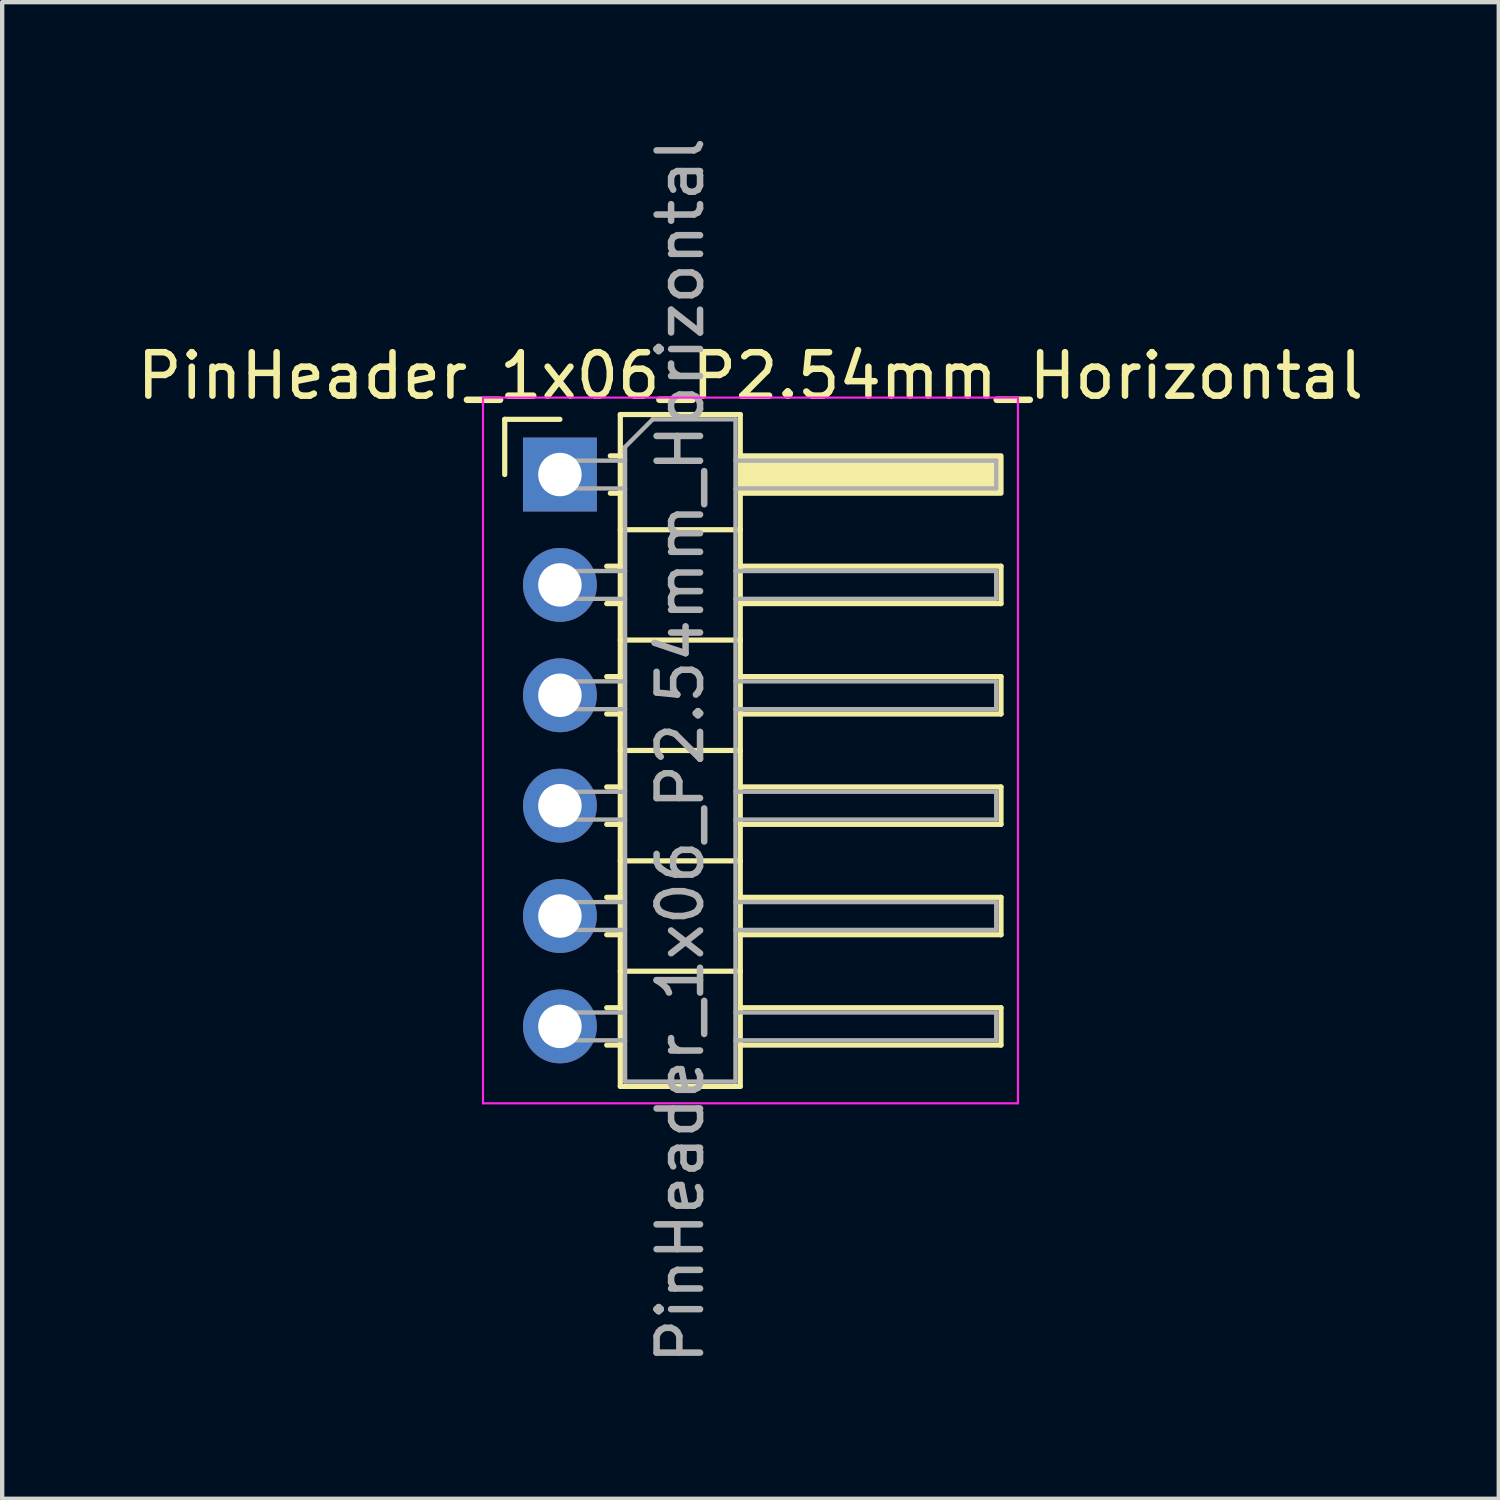
<source format=kicad_pcb>
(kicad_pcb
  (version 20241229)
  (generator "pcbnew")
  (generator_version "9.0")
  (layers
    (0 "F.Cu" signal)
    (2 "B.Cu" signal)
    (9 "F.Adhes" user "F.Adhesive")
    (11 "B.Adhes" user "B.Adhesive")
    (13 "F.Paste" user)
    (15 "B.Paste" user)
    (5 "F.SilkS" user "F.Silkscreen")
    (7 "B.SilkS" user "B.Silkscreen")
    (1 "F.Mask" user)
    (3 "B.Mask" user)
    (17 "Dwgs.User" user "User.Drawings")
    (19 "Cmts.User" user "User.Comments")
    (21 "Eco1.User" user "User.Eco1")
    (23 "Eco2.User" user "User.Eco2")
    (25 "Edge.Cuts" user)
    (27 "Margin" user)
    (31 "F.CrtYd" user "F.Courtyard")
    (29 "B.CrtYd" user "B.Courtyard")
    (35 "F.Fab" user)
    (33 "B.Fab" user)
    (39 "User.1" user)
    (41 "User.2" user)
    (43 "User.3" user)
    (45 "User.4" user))
  (footprint "PinHeader_1x06_P2.54mm_Horizontal"
    (layer "F.Cu")
    (at 9.835 7.87)
    (property "Reference" "PinHeader_1x06_P2.54mm_Horizontal" (at 4.385 -2.27 0) (layer "F.SilkS") (effects (font (size 1 1) (thickness 0.15))))
    (attr through_hole)
    (fp_line (start -1.27 -1.27) (end 0 -1.27) (stroke (width 0.12) (type solid)) (layer "F.SilkS"))
    (fp_line (start -1.27 0) (end -1.27 -1.27) (stroke (width 0.12) (type solid)) (layer "F.SilkS"))
    (fp_line (start 1.077 2.11) (end 1.39 2.11) (stroke (width 0.12) (type solid)) (layer "F.SilkS"))
    (fp_line (start 1.077 2.97) (end 1.39 2.97) (stroke (width 0.12) (type solid)) (layer "F.SilkS"))
    (fp_line (start 1.077 4.65) (end 1.39 4.65) (stroke (width 0.12) (type solid)) (layer "F.SilkS"))
    (fp_line (start 1.077 5.51) (end 1.39 5.51) (stroke (width 0.12) (type solid)) (layer "F.SilkS"))
    (fp_line (start 1.077 7.19) (end 1.39 7.19) (stroke (width 0.12) (type solid)) (layer "F.SilkS"))
    (fp_line (start 1.077 8.05) (end 1.39 8.05) (stroke (width 0.12) (type solid)) (layer "F.SilkS"))
    (fp_line (start 1.077 9.73) (end 1.39 9.73) (stroke (width 0.12) (type solid)) (layer "F.SilkS"))
    (fp_line (start 1.077 10.59) (end 1.39 10.59) (stroke (width 0.12) (type solid)) (layer "F.SilkS"))
    (fp_line (start 1.077 12.27) (end 1.39 12.27) (stroke (width 0.12) (type solid)) (layer "F.SilkS"))
    (fp_line (start 1.077 13.13) (end 1.39 13.13) (stroke (width 0.12) (type solid)) (layer "F.SilkS"))
    (fp_line (start 1.16 -0.43) (end 1.39 -0.43) (stroke (width 0.12) (type solid)) (layer "F.SilkS"))
    (fp_line (start 1.16 0.43) (end 1.39 0.43) (stroke (width 0.12) (type solid)) (layer "F.SilkS"))
    (fp_line (start 1.39 -1.38) (end 1.39 14.08) (stroke (width 0.12) (type solid)) (layer "F.SilkS"))
    (fp_line (start 1.39 1.27) (end 4.15 1.27) (stroke (width 0.12) (type solid)) (layer "F.SilkS"))
    (fp_line (start 1.39 3.81) (end 4.15 3.81) (stroke (width 0.12) (type solid)) (layer "F.SilkS"))
    (fp_line (start 1.39 6.35) (end 4.15 6.35) (stroke (width 0.12) (type solid)) (layer "F.SilkS"))
    (fp_line (start 1.39 8.89) (end 4.15 8.89) (stroke (width 0.12) (type solid)) (layer "F.SilkS"))
    (fp_line (start 1.39 11.43) (end 4.15 11.43) (stroke (width 0.12) (type solid)) (layer "F.SilkS"))
    (fp_line (start 1.39 14.08) (end 4.15 14.08) (stroke (width 0.12) (type solid)) (layer "F.SilkS"))
    (fp_line (start 4.15 -1.38) (end 1.39 -1.38) (stroke (width 0.12) (type solid)) (layer "F.SilkS"))
    (fp_line (start 4.15 2.11) (end 10.15 2.11) (stroke (width 0.12) (type solid)) (layer "F.SilkS"))
    (fp_line (start 4.15 4.65) (end 10.15 4.65) (stroke (width 0.12) (type solid)) (layer "F.SilkS"))
    (fp_line (start 4.15 7.19) (end 10.15 7.19) (stroke (width 0.12) (type solid)) (layer "F.SilkS"))
    (fp_line (start 4.15 9.73) (end 10.15 9.73) (stroke (width 0.12) (type solid)) (layer "F.SilkS"))
    (fp_line (start 4.15 12.27) (end 10.15 12.27) (stroke (width 0.12) (type solid)) (layer "F.SilkS"))
    (fp_line (start 4.15 14.08) (end 4.15 -1.38) (stroke (width 0.12) (type solid)) (layer "F.SilkS"))
    (fp_line (start 10.15 2.11) (end 10.15 2.97) (stroke (width 0.12) (type solid)) (layer "F.SilkS"))
    (fp_line (start 10.15 2.97) (end 4.15 2.97) (stroke (width 0.12) (type solid)) (layer "F.SilkS"))
    (fp_line (start 10.15 4.65) (end 10.15 5.51) (stroke (width 0.12) (type solid)) (layer "F.SilkS"))
    (fp_line (start 10.15 5.51) (end 4.15 5.51) (stroke (width 0.12) (type solid)) (layer "F.SilkS"))
    (fp_line (start 10.15 7.19) (end 10.15 8.05) (stroke (width 0.12) (type solid)) (layer "F.SilkS"))
    (fp_line (start 10.15 8.05) (end 4.15 8.05) (stroke (width 0.12) (type solid)) (layer "F.SilkS"))
    (fp_line (start 10.15 9.73) (end 10.15 10.59) (stroke (width 0.12) (type solid)) (layer "F.SilkS"))
    (fp_line (start 10.15 10.59) (end 4.15 10.59) (stroke (width 0.12) (type solid)) (layer "F.SilkS"))
    (fp_line (start 10.15 12.27) (end 10.15 13.13) (stroke (width 0.12) (type solid)) (layer "F.SilkS"))
    (fp_line (start 10.15 13.13) (end 4.15 13.13) (stroke (width 0.12) (type solid)) (layer "F.SilkS"))
    (fp_rect (start 4.15 -0.43) (end 10.15 0.43) (stroke (width 0.12) (type solid)) (fill yes) (layer "F.SilkS"))
    (fp_line (start -1.77 -1.77) (end -1.77 14.47) (stroke (width 0.05) (type solid)) (layer "F.CrtYd"))
    (fp_line (start -1.77 14.47) (end 10.54 14.47) (stroke (width 0.05) (type solid)) (layer "F.CrtYd"))
    (fp_line (start 10.54 -1.77) (end -1.77 -1.77) (stroke (width 0.05) (type solid)) (layer "F.CrtYd"))
    (fp_line (start 10.54 14.47) (end 10.54 -1.77) (stroke (width 0.05) (type solid)) (layer "F.CrtYd"))
    (fp_line (start -0.32 -0.32) (end -0.32 0.32) (stroke (width 0.1) (type solid)) (layer "F.Fab"))
    (fp_line (start -0.32 -0.32) (end 1.5 -0.32) (stroke (width 0.1) (type solid)) (layer "F.Fab"))
    (fp_line (start -0.32 0.32) (end 1.5 0.32) (stroke (width 0.1) (type solid)) (layer "F.Fab"))
    (fp_line (start -0.32 2.22) (end -0.32 2.86) (stroke (width 0.1) (type solid)) (layer "F.Fab"))
    (fp_line (start -0.32 2.22) (end 1.5 2.22) (stroke (width 0.1) (type solid)) (layer "F.Fab"))
    (fp_line (start -0.32 2.86) (end 1.5 2.86) (stroke (width 0.1) (type solid)) (layer "F.Fab"))
    (fp_line (start -0.32 4.76) (end -0.32 5.4) (stroke (width 0.1) (type solid)) (layer "F.Fab"))
    (fp_line (start -0.32 4.76) (end 1.5 4.76) (stroke (width 0.1) (type solid)) (layer "F.Fab"))
    (fp_line (start -0.32 5.4) (end 1.5 5.4) (stroke (width 0.1) (type solid)) (layer "F.Fab"))
    (fp_line (start -0.32 7.3) (end -0.32 7.94) (stroke (width 0.1) (type solid)) (layer "F.Fab"))
    (fp_line (start -0.32 7.3) (end 1.5 7.3) (stroke (width 0.1) (type solid)) (layer "F.Fab"))
    (fp_line (start -0.32 7.94) (end 1.5 7.94) (stroke (width 0.1) (type solid)) (layer "F.Fab"))
    (fp_line (start -0.32 9.84) (end -0.32 10.48) (stroke (width 0.1) (type solid)) (layer "F.Fab"))
    (fp_line (start -0.32 9.84) (end 1.5 9.84) (stroke (width 0.1) (type solid)) (layer "F.Fab"))
    (fp_line (start -0.32 10.48) (end 1.5 10.48) (stroke (width 0.1) (type solid)) (layer "F.Fab"))
    (fp_line (start -0.32 12.38) (end -0.32 13.02) (stroke (width 0.1) (type solid)) (layer "F.Fab"))
    (fp_line (start -0.32 12.38) (end 1.5 12.38) (stroke (width 0.1) (type solid)) (layer "F.Fab"))
    (fp_line (start -0.32 13.02) (end 1.5 13.02) (stroke (width 0.1) (type solid)) (layer "F.Fab"))
    (fp_line (start 1.5 -0.635) (end 2.135 -1.27) (stroke (width 0.1) (type solid)) (layer "F.Fab"))
    (fp_line (start 1.5 13.97) (end 1.5 -0.635) (stroke (width 0.1) (type solid)) (layer "F.Fab"))
    (fp_line (start 2.135 -1.27) (end 4.04 -1.27) (stroke (width 0.1) (type solid)) (layer "F.Fab"))
    (fp_line (start 4.04 -1.27) (end 4.04 13.97) (stroke (width 0.1) (type solid)) (layer "F.Fab"))
    (fp_line (start 4.04 -0.32) (end 10.04 -0.32) (stroke (width 0.1) (type solid)) (layer "F.Fab"))
    (fp_line (start 4.04 0.32) (end 10.04 0.32) (stroke (width 0.1) (type solid)) (layer "F.Fab"))
    (fp_line (start 4.04 2.22) (end 10.04 2.22) (stroke (width 0.1) (type solid)) (layer "F.Fab"))
    (fp_line (start 4.04 2.86) (end 10.04 2.86) (stroke (width 0.1) (type solid)) (layer "F.Fab"))
    (fp_line (start 4.04 4.76) (end 10.04 4.76) (stroke (width 0.1) (type solid)) (layer "F.Fab"))
    (fp_line (start 4.04 5.4) (end 10.04 5.4) (stroke (width 0.1) (type solid)) (layer "F.Fab"))
    (fp_line (start 4.04 7.3) (end 10.04 7.3) (stroke (width 0.1) (type solid)) (layer "F.Fab"))
    (fp_line (start 4.04 7.94) (end 10.04 7.94) (stroke (width 0.1) (type solid)) (layer "F.Fab"))
    (fp_line (start 4.04 9.84) (end 10.04 9.84) (stroke (width 0.1) (type solid)) (layer "F.Fab"))
    (fp_line (start 4.04 10.48) (end 10.04 10.48) (stroke (width 0.1) (type solid)) (layer "F.Fab"))
    (fp_line (start 4.04 12.38) (end 10.04 12.38) (stroke (width 0.1) (type solid)) (layer "F.Fab"))
    (fp_line (start 4.04 13.02) (end 10.04 13.02) (stroke (width 0.1) (type solid)) (layer "F.Fab"))
    (fp_line (start 4.04 13.97) (end 1.5 13.97) (stroke (width 0.1) (type solid)) (layer "F.Fab"))
    (fp_line (start 10.04 -0.32) (end 10.04 0.32) (stroke (width 0.1) (type solid)) (layer "F.Fab"))
    (fp_line (start 10.04 2.22) (end 10.04 2.86) (stroke (width 0.1) (type solid)) (layer "F.Fab"))
    (fp_line (start 10.04 4.76) (end 10.04 5.4) (stroke (width 0.1) (type solid)) (layer "F.Fab"))
    (fp_line (start 10.04 7.3) (end 10.04 7.94) (stroke (width 0.1) (type solid)) (layer "F.Fab"))
    (fp_line (start 10.04 9.84) (end 10.04 10.48) (stroke (width 0.1) (type solid)) (layer "F.Fab"))
    (fp_line (start 10.04 12.38) (end 10.04 13.02) (stroke (width 0.1) (type solid)) (layer "F.Fab"))
    (fp_text user "${REFERENCE}" (at 2.77 6.35 90) (layer "F.Fab") (effects (font (size 1 1) (thickness 0.15))))
    (pad "1" thru_hole rect (at 0 0) (size 1.7 1.7) (drill 1) (layers "*.Cu" "*.Mask"))
    (pad "2" thru_hole circle (at 0 2.54) (size 1.7 1.7) (drill 1) (layers "*.Cu" "*.Mask"))
    (pad "3" thru_hole circle (at 0 5.08) (size 1.7 1.7) (drill 1) (layers "*.Cu" "*.Mask"))
    (pad "4" thru_hole circle (at 0 7.62) (size 1.7 1.7) (drill 1) (layers "*.Cu" "*.Mask"))
    (pad "5" thru_hole circle (at 0 10.16) (size 1.7 1.7) (drill 1) (layers "*.Cu" "*.Mask"))
    (pad "6" thru_hole circle (at 0 12.7) (size 1.7 1.7) (drill 1) (layers "*.Cu" "*.Mask")))
  (gr_rect
    (start -3 -3)
    (end 31.44 31.44)
    (stroke (width 0.1) (type default))
    (fill no)
    (layer "Edge.Cuts")))
</source>
